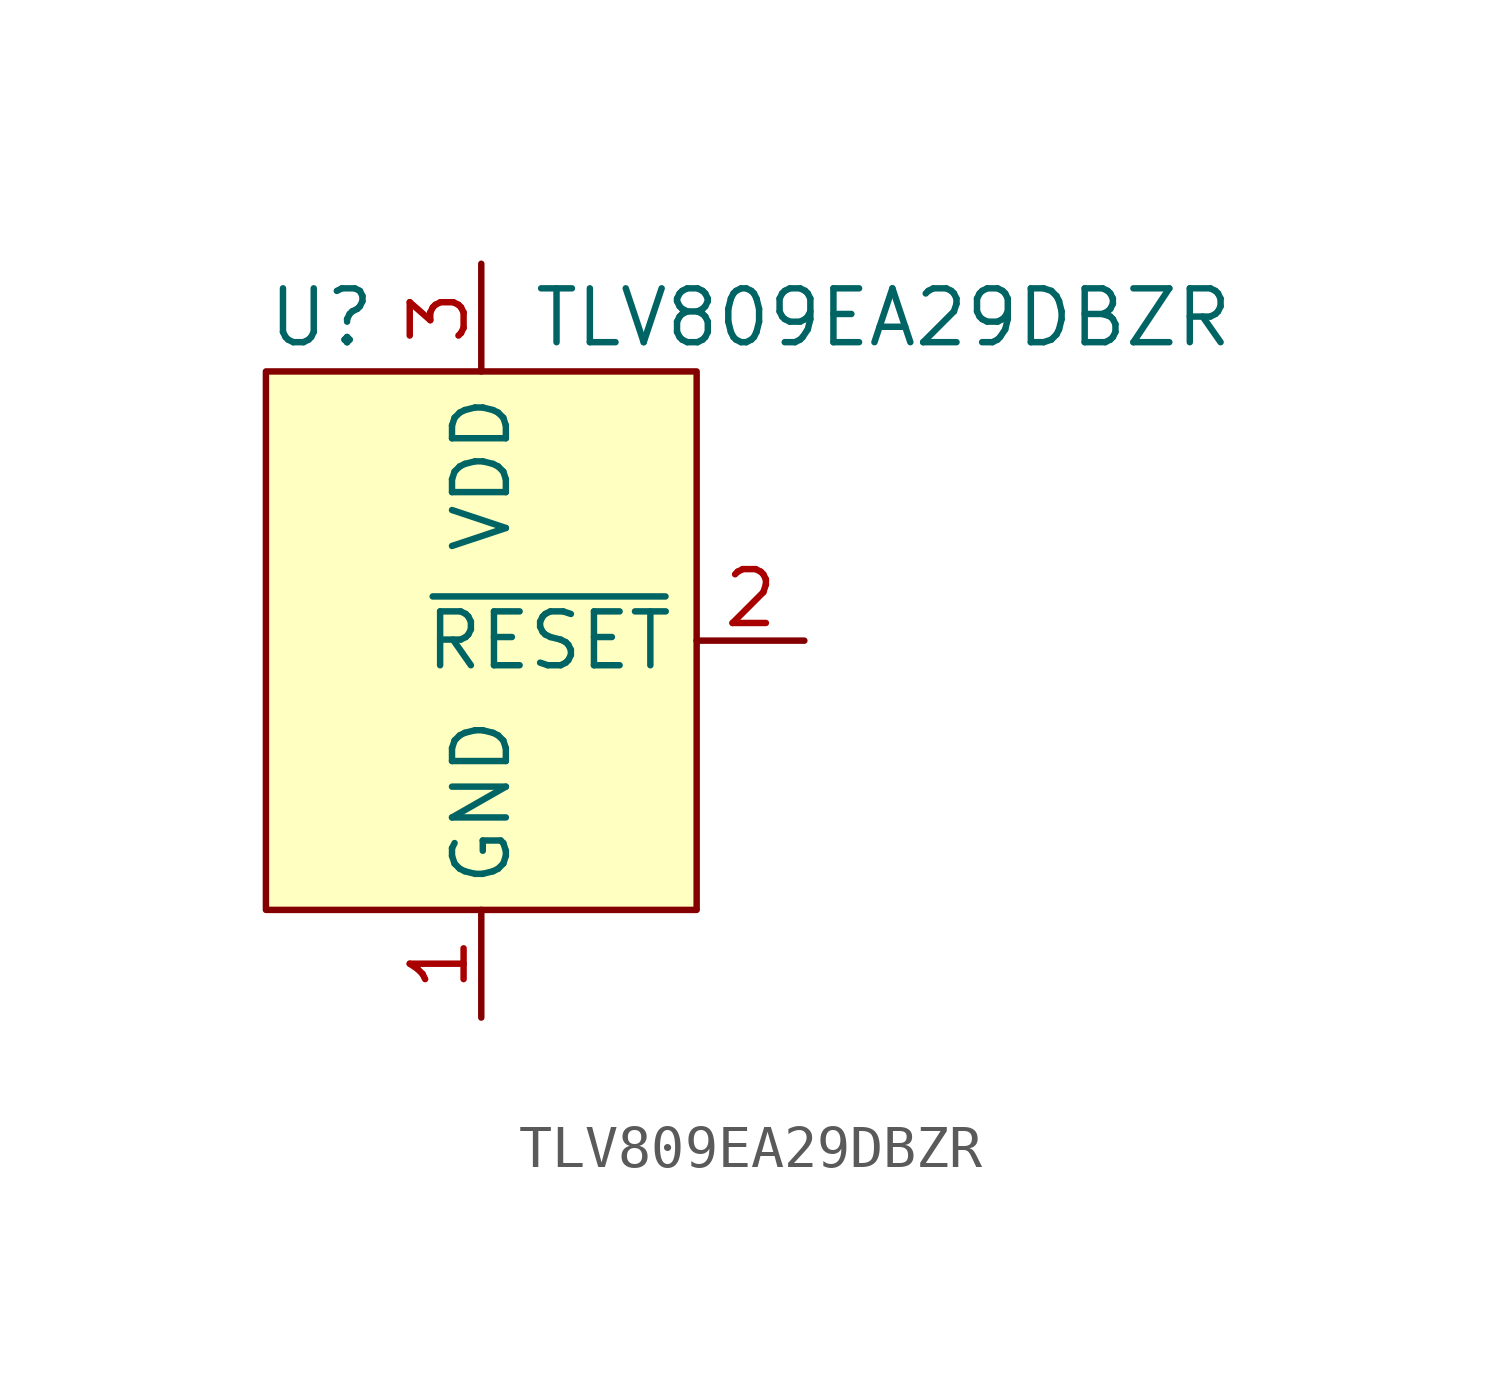
<source format=kicad_sym>
(kicad_symbol_lib
  (version 20220914)
  (generator kicad_symbol_editor)
  (symbol "TLV809EA29DBZR"
    (property "Reference" "U"
      (at -5.08 7.62 0)
      (effects (font (size 1.27 1.27)) (justify left)))
    (property "Value" "TLV809EA29DBZR"
      (at 17.78 7.62 0)
      (effects (font (size 1.27 1.27)) (justify right)))
    (symbol "TLV809EA29DBZR_1_1"
      (rectangle (start -5.08 6.35) (end 5.08 -6.35) (stroke (width 0) (type default)) (fill (type background)))
      (pin power_in line (at 0 -8.89 90) (length 2.54) (name "GND" (effects (font (size 1.27 1.27)))) (number "1" (effects (font (size 1.27 1.27)))))
      (pin output line (at 7.62 0 180) (length 2.54) (name "~{RESET}" (effects (font (size 1.27 1.27)))) (number "2" (effects (font (size 1.27 1.27)))))
      (pin power_in line (at 0 8.89 270) (length 2.54) (name "VDD" (effects (font (size 1.27 1.27)))) (number "3" (effects (font (size 1.27 1.27))))))))
</source>
